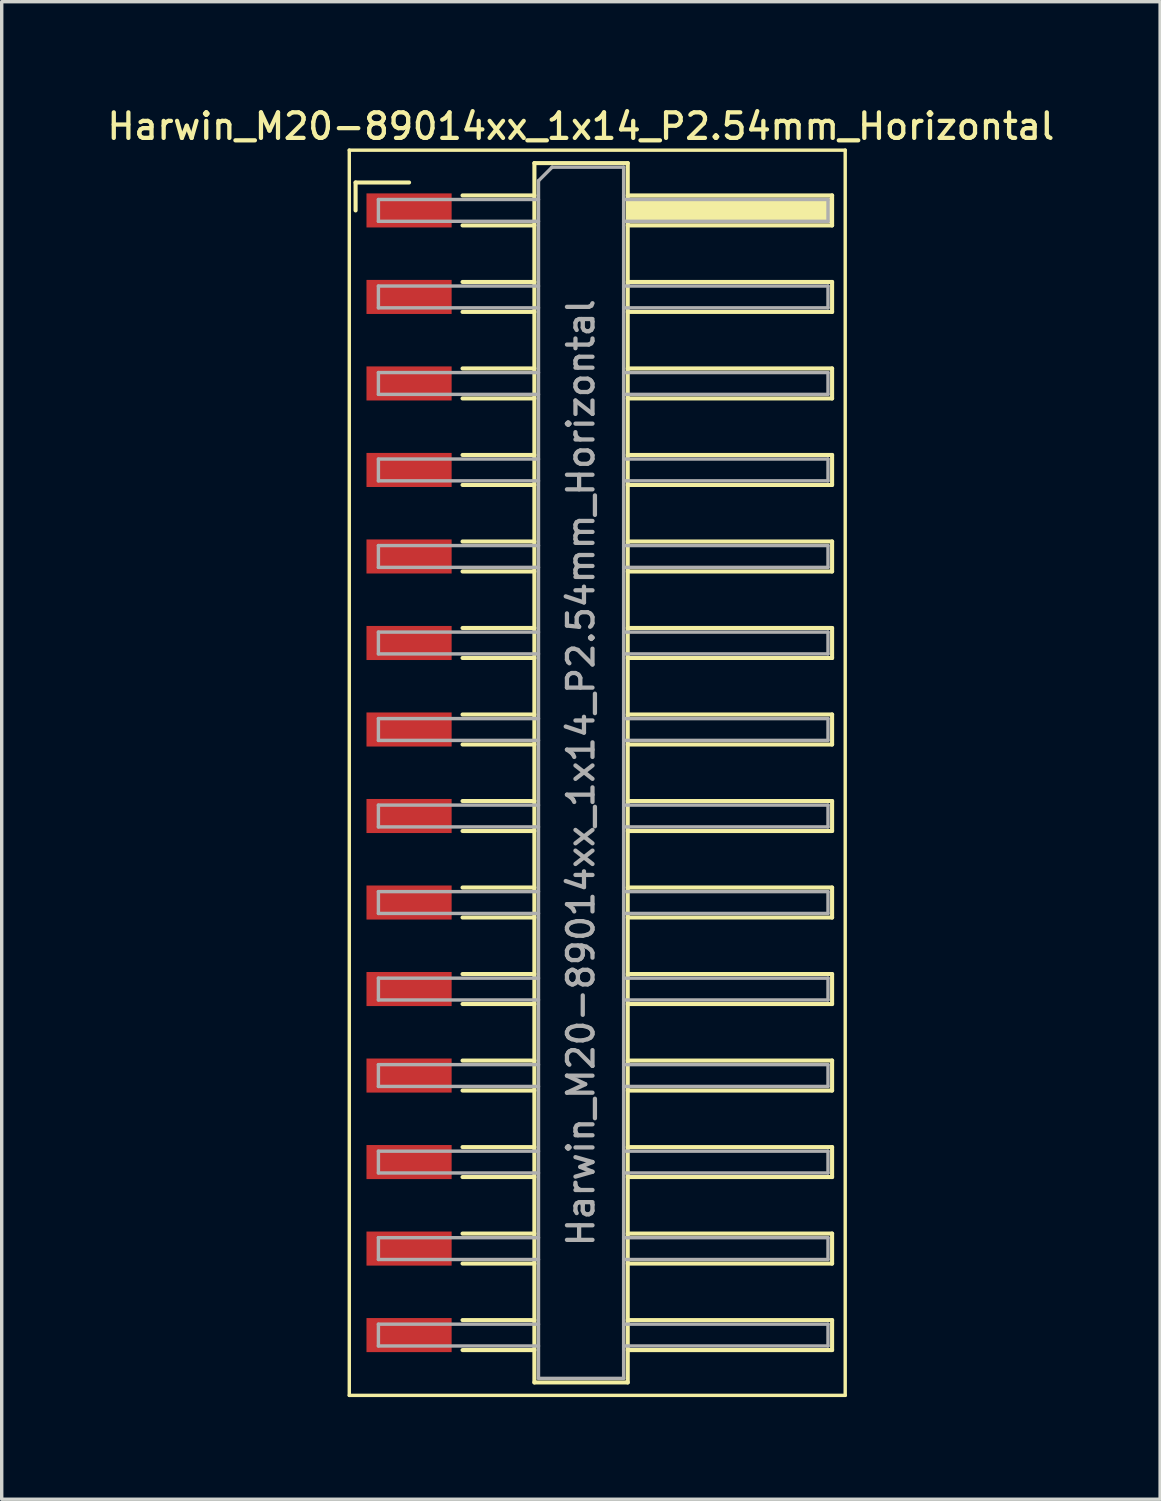
<source format=kicad_pcb>
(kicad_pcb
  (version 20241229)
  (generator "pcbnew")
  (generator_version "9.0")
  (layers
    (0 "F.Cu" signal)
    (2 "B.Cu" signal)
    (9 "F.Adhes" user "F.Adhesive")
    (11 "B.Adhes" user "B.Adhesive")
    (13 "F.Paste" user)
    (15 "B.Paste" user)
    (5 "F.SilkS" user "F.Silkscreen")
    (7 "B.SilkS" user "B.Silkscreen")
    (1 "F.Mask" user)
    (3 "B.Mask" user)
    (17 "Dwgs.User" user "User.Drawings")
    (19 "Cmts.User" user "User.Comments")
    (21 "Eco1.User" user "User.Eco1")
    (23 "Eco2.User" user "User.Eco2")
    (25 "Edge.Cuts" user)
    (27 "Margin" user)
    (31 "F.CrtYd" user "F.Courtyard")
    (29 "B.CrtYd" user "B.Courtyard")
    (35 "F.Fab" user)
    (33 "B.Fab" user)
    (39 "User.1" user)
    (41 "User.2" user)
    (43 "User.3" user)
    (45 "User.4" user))
  (footprint "Harwin_M20-89014xx_1x14_P2.54mm_Horizontal"
    (layer "F.Cu")
    (at 14.485 19.638)
    (property "Reference" "Harwin_M20-89014xx_1x14_P2.54mm_Horizontal" (at -0.48 -18.98 0) (layer "F.SilkS") (effects (font (size 0.75 0.75) (thickness 0.125))))
    (attr smd)
    (fp_line (start -7.28 -18.28) (end 7.28 -18.28) (stroke (width 0.1) (type solid)) (layer "F.SilkS"))
    (fp_line (start -7.28 18.28) (end -7.28 -18.28) (stroke (width 0.1) (type solid)) (layer "F.SilkS"))
    (fp_line (start -7.095 -17.33) (end -5.525 -17.33) (stroke (width 0.12) (type solid)) (layer "F.SilkS"))
    (fp_line (start -7.095 -16.51) (end -7.095 -17.33) (stroke (width 0.12) (type solid)) (layer "F.SilkS"))
    (fp_line (start -3.955 -16.95) (end -1.845 -16.95) (stroke (width 0.12) (type solid)) (layer "F.SilkS"))
    (fp_line (start -3.955 -16.07) (end -1.845 -16.07) (stroke (width 0.12) (type solid)) (layer "F.SilkS"))
    (fp_line (start -3.955 -14.41) (end -1.845 -14.41) (stroke (width 0.12) (type solid)) (layer "F.SilkS"))
    (fp_line (start -3.955 -13.53) (end -1.845 -13.53) (stroke (width 0.12) (type solid)) (layer "F.SilkS"))
    (fp_line (start -3.955 -11.87) (end -1.845 -11.87) (stroke (width 0.12) (type solid)) (layer "F.SilkS"))
    (fp_line (start -3.955 -10.99) (end -1.845 -10.99) (stroke (width 0.12) (type solid)) (layer "F.SilkS"))
    (fp_line (start -3.955 -9.33) (end -1.845 -9.33) (stroke (width 0.12) (type solid)) (layer "F.SilkS"))
    (fp_line (start -3.955 -8.45) (end -1.845 -8.45) (stroke (width 0.12) (type solid)) (layer "F.SilkS"))
    (fp_line (start -3.955 -6.79) (end -1.845 -6.79) (stroke (width 0.12) (type solid)) (layer "F.SilkS"))
    (fp_line (start -3.955 -5.91) (end -1.845 -5.91) (stroke (width 0.12) (type solid)) (layer "F.SilkS"))
    (fp_line (start -3.955 -4.25) (end -1.845 -4.25) (stroke (width 0.12) (type solid)) (layer "F.SilkS"))
    (fp_line (start -3.955 -3.37) (end -1.845 -3.37) (stroke (width 0.12) (type solid)) (layer "F.SilkS"))
    (fp_line (start -3.955 -1.71) (end -1.845 -1.71) (stroke (width 0.12) (type solid)) (layer "F.SilkS"))
    (fp_line (start -3.955 -0.83) (end -1.845 -0.83) (stroke (width 0.12) (type solid)) (layer "F.SilkS"))
    (fp_line (start -3.955 0.83) (end -1.845 0.83) (stroke (width 0.12) (type solid)) (layer "F.SilkS"))
    (fp_line (start -3.955 1.71) (end -1.845 1.71) (stroke (width 0.12) (type solid)) (layer "F.SilkS"))
    (fp_line (start -3.955 3.37) (end -1.845 3.37) (stroke (width 0.12) (type solid)) (layer "F.SilkS"))
    (fp_line (start -3.955 4.25) (end -1.845 4.25) (stroke (width 0.12) (type solid)) (layer "F.SilkS"))
    (fp_line (start -3.955 5.91) (end -1.845 5.91) (stroke (width 0.12) (type solid)) (layer "F.SilkS"))
    (fp_line (start -3.955 6.79) (end -1.845 6.79) (stroke (width 0.12) (type solid)) (layer "F.SilkS"))
    (fp_line (start -3.955 8.45) (end -1.845 8.45) (stroke (width 0.12) (type solid)) (layer "F.SilkS"))
    (fp_line (start -3.955 9.33) (end -1.845 9.33) (stroke (width 0.12) (type solid)) (layer "F.SilkS"))
    (fp_line (start -3.955 10.99) (end -1.845 10.99) (stroke (width 0.12) (type solid)) (layer "F.SilkS"))
    (fp_line (start -3.955 11.87) (end -1.845 11.87) (stroke (width 0.12) (type solid)) (layer "F.SilkS"))
    (fp_line (start -3.955 13.53) (end -1.845 13.53) (stroke (width 0.12) (type solid)) (layer "F.SilkS"))
    (fp_line (start -3.955 14.41) (end -1.845 14.41) (stroke (width 0.12) (type solid)) (layer "F.SilkS"))
    (fp_line (start -3.955 16.07) (end -1.845 16.07) (stroke (width 0.12) (type solid)) (layer "F.SilkS"))
    (fp_line (start -3.955 16.95) (end -1.845 16.95) (stroke (width 0.12) (type solid)) (layer "F.SilkS"))
    (fp_line (start -1.845 -17.9) (end 0.895 -17.9) (stroke (width 0.12) (type solid)) (layer "F.SilkS"))
    (fp_line (start -1.845 17.9) (end -1.845 -17.9) (stroke (width 0.12) (type solid)) (layer "F.SilkS"))
    (fp_line (start 0.895 -17.9) (end 0.895 17.9) (stroke (width 0.12) (type solid)) (layer "F.SilkS"))
    (fp_line (start 0.895 -16.95) (end 6.895 -16.95) (stroke (width 0.12) (type solid)) (layer "F.SilkS"))
    (fp_line (start 0.895 -14.41) (end 6.895 -14.41) (stroke (width 0.12) (type solid)) (layer "F.SilkS"))
    (fp_line (start 0.895 -11.87) (end 6.895 -11.87) (stroke (width 0.12) (type solid)) (layer "F.SilkS"))
    (fp_line (start 0.895 -9.33) (end 6.895 -9.33) (stroke (width 0.12) (type solid)) (layer "F.SilkS"))
    (fp_line (start 0.895 -6.79) (end 6.895 -6.79) (stroke (width 0.12) (type solid)) (layer "F.SilkS"))
    (fp_line (start 0.895 -4.25) (end 6.895 -4.25) (stroke (width 0.12) (type solid)) (layer "F.SilkS"))
    (fp_line (start 0.895 -1.71) (end 6.895 -1.71) (stroke (width 0.12) (type solid)) (layer "F.SilkS"))
    (fp_line (start 0.895 0.83) (end 6.895 0.83) (stroke (width 0.12) (type solid)) (layer "F.SilkS"))
    (fp_line (start 0.895 3.37) (end 6.895 3.37) (stroke (width 0.12) (type solid)) (layer "F.SilkS"))
    (fp_line (start 0.895 5.91) (end 6.895 5.91) (stroke (width 0.12) (type solid)) (layer "F.SilkS"))
    (fp_line (start 0.895 8.45) (end 6.895 8.45) (stroke (width 0.12) (type solid)) (layer "F.SilkS"))
    (fp_line (start 0.895 10.99) (end 6.895 10.99) (stroke (width 0.12) (type solid)) (layer "F.SilkS"))
    (fp_line (start 0.895 13.53) (end 6.895 13.53) (stroke (width 0.12) (type solid)) (layer "F.SilkS"))
    (fp_line (start 0.895 16.07) (end 6.895 16.07) (stroke (width 0.12) (type solid)) (layer "F.SilkS"))
    (fp_line (start 0.895 17.9) (end -1.845 17.9) (stroke (width 0.12) (type solid)) (layer "F.SilkS"))
    (fp_line (start 6.895 -16.95) (end 6.895 -16.07) (stroke (width 0.12) (type solid)) (layer "F.SilkS"))
    (fp_line (start 6.895 -16.07) (end 0.895 -16.07) (stroke (width 0.12) (type solid)) (layer "F.SilkS"))
    (fp_line (start 6.895 -14.41) (end 6.895 -13.53) (stroke (width 0.12) (type solid)) (layer "F.SilkS"))
    (fp_line (start 6.895 -13.53) (end 0.895 -13.53) (stroke (width 0.12) (type solid)) (layer "F.SilkS"))
    (fp_line (start 6.895 -11.87) (end 6.895 -10.99) (stroke (width 0.12) (type solid)) (layer "F.SilkS"))
    (fp_line (start 6.895 -10.99) (end 0.895 -10.99) (stroke (width 0.12) (type solid)) (layer "F.SilkS"))
    (fp_line (start 6.895 -9.33) (end 6.895 -8.45) (stroke (width 0.12) (type solid)) (layer "F.SilkS"))
    (fp_line (start 6.895 -8.45) (end 0.895 -8.45) (stroke (width 0.12) (type solid)) (layer "F.SilkS"))
    (fp_line (start 6.895 -6.79) (end 6.895 -5.91) (stroke (width 0.12) (type solid)) (layer "F.SilkS"))
    (fp_line (start 6.895 -5.91) (end 0.895 -5.91) (stroke (width 0.12) (type solid)) (layer "F.SilkS"))
    (fp_line (start 6.895 -4.25) (end 6.895 -3.37) (stroke (width 0.12) (type solid)) (layer "F.SilkS"))
    (fp_line (start 6.895 -3.37) (end 0.895 -3.37) (stroke (width 0.12) (type solid)) (layer "F.SilkS"))
    (fp_line (start 6.895 -1.71) (end 6.895 -0.83) (stroke (width 0.12) (type solid)) (layer "F.SilkS"))
    (fp_line (start 6.895 -0.83) (end 0.895 -0.83) (stroke (width 0.12) (type solid)) (layer "F.SilkS"))
    (fp_line (start 6.895 0.83) (end 6.895 1.71) (stroke (width 0.12) (type solid)) (layer "F.SilkS"))
    (fp_line (start 6.895 1.71) (end 0.895 1.71) (stroke (width 0.12) (type solid)) (layer "F.SilkS"))
    (fp_line (start 6.895 3.37) (end 6.895 4.25) (stroke (width 0.12) (type solid)) (layer "F.SilkS"))
    (fp_line (start 6.895 4.25) (end 0.895 4.25) (stroke (width 0.12) (type solid)) (layer "F.SilkS"))
    (fp_line (start 6.895 5.91) (end 6.895 6.79) (stroke (width 0.12) (type solid)) (layer "F.SilkS"))
    (fp_line (start 6.895 6.79) (end 0.895 6.79) (stroke (width 0.12) (type solid)) (layer "F.SilkS"))
    (fp_line (start 6.895 8.45) (end 6.895 9.33) (stroke (width 0.12) (type solid)) (layer "F.SilkS"))
    (fp_line (start 6.895 9.33) (end 0.895 9.33) (stroke (width 0.12) (type solid)) (layer "F.SilkS"))
    (fp_line (start 6.895 10.99) (end 6.895 11.87) (stroke (width 0.12) (type solid)) (layer "F.SilkS"))
    (fp_line (start 6.895 11.87) (end 0.895 11.87) (stroke (width 0.12) (type solid)) (layer "F.SilkS"))
    (fp_line (start 6.895 13.53) (end 6.895 14.41) (stroke (width 0.12) (type solid)) (layer "F.SilkS"))
    (fp_line (start 6.895 14.41) (end 0.895 14.41) (stroke (width 0.12) (type solid)) (layer "F.SilkS"))
    (fp_line (start 6.895 16.07) (end 6.895 16.95) (stroke (width 0.12) (type solid)) (layer "F.SilkS"))
    (fp_line (start 6.895 16.95) (end 0.895 16.95) (stroke (width 0.12) (type solid)) (layer "F.SilkS"))
    (fp_line (start 7.28 -18.28) (end 7.28 18.28) (stroke (width 0.1) (type solid)) (layer "F.SilkS"))
    (fp_line (start 7.28 18.28) (end -7.28 18.28) (stroke (width 0.1) (type solid)) (layer "F.SilkS"))
    (fp_line (start -6.425 -16.83) (end -6.425 -16.19) (stroke (width 0.1) (type solid)) (layer "F.Fab"))
    (fp_line (start -6.425 -16.19) (end -1.725 -16.19) (stroke (width 0.1) (type solid)) (layer "F.Fab"))
    (fp_line (start -6.425 -14.29) (end -6.425 -13.65) (stroke (width 0.1) (type solid)) (layer "F.Fab"))
    (fp_line (start -6.425 -13.65) (end -1.725 -13.65) (stroke (width 0.1) (type solid)) (layer "F.Fab"))
    (fp_line (start -6.425 -11.75) (end -6.425 -11.11) (stroke (width 0.1) (type solid)) (layer "F.Fab"))
    (fp_line (start -6.425 -11.11) (end -1.725 -11.11) (stroke (width 0.1) (type solid)) (layer "F.Fab"))
    (fp_line (start -6.425 -9.21) (end -6.425 -8.57) (stroke (width 0.1) (type solid)) (layer "F.Fab"))
    (fp_line (start -6.425 -8.57) (end -1.725 -8.57) (stroke (width 0.1) (type solid)) (layer "F.Fab"))
    (fp_line (start -6.425 -6.67) (end -6.425 -6.03) (stroke (width 0.1) (type solid)) (layer "F.Fab"))
    (fp_line (start -6.425 -6.03) (end -1.725 -6.03) (stroke (width 0.1) (type solid)) (layer "F.Fab"))
    (fp_line (start -6.425 -4.13) (end -6.425 -3.49) (stroke (width 0.1) (type solid)) (layer "F.Fab"))
    (fp_line (start -6.425 -3.49) (end -1.725 -3.49) (stroke (width 0.1) (type solid)) (layer "F.Fab"))
    (fp_line (start -6.425 -1.59) (end -6.425 -0.95) (stroke (width 0.1) (type solid)) (layer "F.Fab"))
    (fp_line (start -6.425 -0.95) (end -1.725 -0.95) (stroke (width 0.1) (type solid)) (layer "F.Fab"))
    (fp_line (start -6.425 0.95) (end -6.425 1.59) (stroke (width 0.1) (type solid)) (layer "F.Fab"))
    (fp_line (start -6.425 1.59) (end -1.725 1.59) (stroke (width 0.1) (type solid)) (layer "F.Fab"))
    (fp_line (start -6.425 3.49) (end -6.425 4.13) (stroke (width 0.1) (type solid)) (layer "F.Fab"))
    (fp_line (start -6.425 4.13) (end -1.725 4.13) (stroke (width 0.1) (type solid)) (layer "F.Fab"))
    (fp_line (start -6.425 6.03) (end -6.425 6.67) (stroke (width 0.1) (type solid)) (layer "F.Fab"))
    (fp_line (start -6.425 6.67) (end -1.725 6.67) (stroke (width 0.1) (type solid)) (layer "F.Fab"))
    (fp_line (start -6.425 8.57) (end -6.425 9.21) (stroke (width 0.1) (type solid)) (layer "F.Fab"))
    (fp_line (start -6.425 9.21) (end -1.725 9.21) (stroke (width 0.1) (type solid)) (layer "F.Fab"))
    (fp_line (start -6.425 11.11) (end -6.425 11.75) (stroke (width 0.1) (type solid)) (layer "F.Fab"))
    (fp_line (start -6.425 11.75) (end -1.725 11.75) (stroke (width 0.1) (type solid)) (layer "F.Fab"))
    (fp_line (start -6.425 13.65) (end -6.425 14.29) (stroke (width 0.1) (type solid)) (layer "F.Fab"))
    (fp_line (start -6.425 14.29) (end -1.725 14.29) (stroke (width 0.1) (type solid)) (layer "F.Fab"))
    (fp_line (start -6.425 16.19) (end -6.425 16.83) (stroke (width 0.1) (type solid)) (layer "F.Fab"))
    (fp_line (start -6.425 16.83) (end -1.725 16.83) (stroke (width 0.1) (type solid)) (layer "F.Fab"))
    (fp_line (start -1.725 -17.38) (end -1.325 -17.78) (stroke (width 0.1) (type solid)) (layer "F.Fab"))
    (fp_line (start -1.725 -16.83) (end -6.425 -16.83) (stroke (width 0.1) (type solid)) (layer "F.Fab"))
    (fp_line (start -1.725 -14.29) (end -6.425 -14.29) (stroke (width 0.1) (type solid)) (layer "F.Fab"))
    (fp_line (start -1.725 -11.75) (end -6.425 -11.75) (stroke (width 0.1) (type solid)) (layer "F.Fab"))
    (fp_line (start -1.725 -9.21) (end -6.425 -9.21) (stroke (width 0.1) (type solid)) (layer "F.Fab"))
    (fp_line (start -1.725 -6.67) (end -6.425 -6.67) (stroke (width 0.1) (type solid)) (layer "F.Fab"))
    (fp_line (start -1.725 -4.13) (end -6.425 -4.13) (stroke (width 0.1) (type solid)) (layer "F.Fab"))
    (fp_line (start -1.725 -1.59) (end -6.425 -1.59) (stroke (width 0.1) (type solid)) (layer "F.Fab"))
    (fp_line (start -1.725 0.95) (end -6.425 0.95) (stroke (width 0.1) (type solid)) (layer "F.Fab"))
    (fp_line (start -1.725 3.49) (end -6.425 3.49) (stroke (width 0.1) (type solid)) (layer "F.Fab"))
    (fp_line (start -1.725 6.03) (end -6.425 6.03) (stroke (width 0.1) (type solid)) (layer "F.Fab"))
    (fp_line (start -1.725 8.57) (end -6.425 8.57) (stroke (width 0.1) (type solid)) (layer "F.Fab"))
    (fp_line (start -1.725 11.11) (end -6.425 11.11) (stroke (width 0.1) (type solid)) (layer "F.Fab"))
    (fp_line (start -1.725 13.65) (end -6.425 13.65) (stroke (width 0.1) (type solid)) (layer "F.Fab"))
    (fp_line (start -1.725 16.19) (end -6.425 16.19) (stroke (width 0.1) (type solid)) (layer "F.Fab"))
    (fp_line (start -1.725 17.78) (end -1.725 -17.38) (stroke (width 0.1) (type solid)) (layer "F.Fab"))
    (fp_line (start -1.325 -17.78) (end 0.775 -17.78) (stroke (width 0.1) (type solid)) (layer "F.Fab"))
    (fp_line (start 0.775 -17.78) (end 0.775 17.78) (stroke (width 0.1) (type solid)) (layer "F.Fab"))
    (fp_line (start 0.775 -16.83) (end 6.775 -16.83) (stroke (width 0.1) (type solid)) (layer "F.Fab"))
    (fp_line (start 0.775 -14.29) (end 6.775 -14.29) (stroke (width 0.1) (type solid)) (layer "F.Fab"))
    (fp_line (start 0.775 -11.75) (end 6.775 -11.75) (stroke (width 0.1) (type solid)) (layer "F.Fab"))
    (fp_line (start 0.775 -9.21) (end 6.775 -9.21) (stroke (width 0.1) (type solid)) (layer "F.Fab"))
    (fp_line (start 0.775 -6.67) (end 6.775 -6.67) (stroke (width 0.1) (type solid)) (layer "F.Fab"))
    (fp_line (start 0.775 -4.13) (end 6.775 -4.13) (stroke (width 0.1) (type solid)) (layer "F.Fab"))
    (fp_line (start 0.775 -1.59) (end 6.775 -1.59) (stroke (width 0.1) (type solid)) (layer "F.Fab"))
    (fp_line (start 0.775 0.95) (end 6.775 0.95) (stroke (width 0.1) (type solid)) (layer "F.Fab"))
    (fp_line (start 0.775 3.49) (end 6.775 3.49) (stroke (width 0.1) (type solid)) (layer "F.Fab"))
    (fp_line (start 0.775 6.03) (end 6.775 6.03) (stroke (width 0.1) (type solid)) (layer "F.Fab"))
    (fp_line (start 0.775 8.57) (end 6.775 8.57) (stroke (width 0.1) (type solid)) (layer "F.Fab"))
    (fp_line (start 0.775 11.11) (end 6.775 11.11) (stroke (width 0.1) (type solid)) (layer "F.Fab"))
    (fp_line (start 0.775 13.65) (end 6.775 13.65) (stroke (width 0.1) (type solid)) (layer "F.Fab"))
    (fp_line (start 0.775 16.19) (end 6.775 16.19) (stroke (width 0.1) (type solid)) (layer "F.Fab"))
    (fp_line (start 0.775 17.78) (end -1.725 17.78) (stroke (width 0.1) (type solid)) (layer "F.Fab"))
    (fp_line (start 6.775 -16.83) (end 6.775 -16.19) (stroke (width 0.1) (type solid)) (layer "F.Fab"))
    (fp_line (start 6.775 -16.19) (end 0.775 -16.19) (stroke (width 0.1) (type solid)) (layer "F.Fab"))
    (fp_line (start 6.775 -14.29) (end 6.775 -13.65) (stroke (width 0.1) (type solid)) (layer "F.Fab"))
    (fp_line (start 6.775 -13.65) (end 0.775 -13.65) (stroke (width 0.1) (type solid)) (layer "F.Fab"))
    (fp_line (start 6.775 -11.75) (end 6.775 -11.11) (stroke (width 0.1) (type solid)) (layer "F.Fab"))
    (fp_line (start 6.775 -11.11) (end 0.775 -11.11) (stroke (width 0.1) (type solid)) (layer "F.Fab"))
    (fp_line (start 6.775 -9.21) (end 6.775 -8.57) (stroke (width 0.1) (type solid)) (layer "F.Fab"))
    (fp_line (start 6.775 -8.57) (end 0.775 -8.57) (stroke (width 0.1) (type solid)) (layer "F.Fab"))
    (fp_line (start 6.775 -6.67) (end 6.775 -6.03) (stroke (width 0.1) (type solid)) (layer "F.Fab"))
    (fp_line (start 6.775 -6.03) (end 0.775 -6.03) (stroke (width 0.1) (type solid)) (layer "F.Fab"))
    (fp_line (start 6.775 -4.13) (end 6.775 -3.49) (stroke (width 0.1) (type solid)) (layer "F.Fab"))
    (fp_line (start 6.775 -3.49) (end 0.775 -3.49) (stroke (width 0.1) (type solid)) (layer "F.Fab"))
    (fp_line (start 6.775 -1.59) (end 6.775 -0.95) (stroke (width 0.1) (type solid)) (layer "F.Fab"))
    (fp_line (start 6.775 -0.95) (end 0.775 -0.95) (stroke (width 0.1) (type solid)) (layer "F.Fab"))
    (fp_line (start 6.775 0.95) (end 6.775 1.59) (stroke (width 0.1) (type solid)) (layer "F.Fab"))
    (fp_line (start 6.775 1.59) (end 0.775 1.59) (stroke (width 0.1) (type solid)) (layer "F.Fab"))
    (fp_line (start 6.775 3.49) (end 6.775 4.13) (stroke (width 0.1) (type solid)) (layer "F.Fab"))
    (fp_line (start 6.775 4.13) (end 0.775 4.13) (stroke (width 0.1) (type solid)) (layer "F.Fab"))
    (fp_line (start 6.775 6.03) (end 6.775 6.67) (stroke (width 0.1) (type solid)) (layer "F.Fab"))
    (fp_line (start 6.775 6.67) (end 0.775 6.67) (stroke (width 0.1) (type solid)) (layer "F.Fab"))
    (fp_line (start 6.775 8.57) (end 6.775 9.21) (stroke (width 0.1) (type solid)) (layer "F.Fab"))
    (fp_line (start 6.775 9.21) (end 0.775 9.21) (stroke (width 0.1) (type solid)) (layer "F.Fab"))
    (fp_line (start 6.775 11.11) (end 6.775 11.75) (stroke (width 0.1) (type solid)) (layer "F.Fab"))
    (fp_line (start 6.775 11.75) (end 0.775 11.75) (stroke (width 0.1) (type solid)) (layer "F.Fab"))
    (fp_line (start 6.775 13.65) (end 6.775 14.29) (stroke (width 0.1) (type solid)) (layer "F.Fab"))
    (fp_line (start 6.775 14.29) (end 0.775 14.29) (stroke (width 0.1) (type solid)) (layer "F.Fab"))
    (fp_line (start 6.775 16.19) (end 6.775 16.83) (stroke (width 0.1) (type solid)) (layer "F.Fab"))
    (fp_line (start 6.775 16.83) (end 0.775 16.83) (stroke (width 0.1) (type solid)) (layer "F.Fab"))
    (fp_text user "${REFERENCE}" (at -0.48 0 90) (layer "F.Fab") (effects (font (size 0.75 0.75) (thickness 0.125))))
    (pad "" smd rect (at 3.895 -16.51) (size 6 0.76) (layers "F.SilkS"))
    (pad "1" smd rect (at -5.525 -16.51) (size 2.5 1) (layers "F.Cu" "F.Mask" "F.Paste"))
    (pad "2" smd rect (at -5.525 -13.97) (size 2.5 1) (layers "F.Cu" "F.Mask" "F.Paste"))
    (pad "3" smd rect (at -5.525 -11.43) (size 2.5 1) (layers "F.Cu" "F.Mask" "F.Paste"))
    (pad "4" smd rect (at -5.525 -8.89) (size 2.5 1) (layers "F.Cu" "F.Mask" "F.Paste"))
    (pad "5" smd rect (at -5.525 -6.35) (size 2.5 1) (layers "F.Cu" "F.Mask" "F.Paste"))
    (pad "6" smd rect (at -5.525 -3.81) (size 2.5 1) (layers "F.Cu" "F.Mask" "F.Paste"))
    (pad "7" smd rect (at -5.525 -1.27) (size 2.5 1) (layers "F.Cu" "F.Mask" "F.Paste"))
    (pad "8" smd rect (at -5.525 1.27) (size 2.5 1) (layers "F.Cu" "F.Mask" "F.Paste"))
    (pad "9" smd rect (at -5.525 3.81) (size 2.5 1) (layers "F.Cu" "F.Mask" "F.Paste"))
    (pad "10" smd rect (at -5.525 6.35) (size 2.5 1) (layers "F.Cu" "F.Mask" "F.Paste"))
    (pad "11" smd rect (at -5.525 8.89) (size 2.5 1) (layers "F.Cu" "F.Mask" "F.Paste"))
    (pad "12" smd rect (at -5.525 11.43) (size 2.5 1) (layers "F.Cu" "F.Mask" "F.Paste"))
    (pad "13" smd rect (at -5.525 13.97) (size 2.5 1) (layers "F.Cu" "F.Mask" "F.Paste"))
    (pad "14" smd rect (at -5.525 16.51) (size 2.5 1) (layers "F.Cu" "F.Mask" "F.Paste")))
  (gr_rect
    (start -3 -3)
    (end 31.011 40.968)
    (stroke (width 0.1) (type default))
    (fill no)
    (layer "Edge.Cuts")))
</source>
